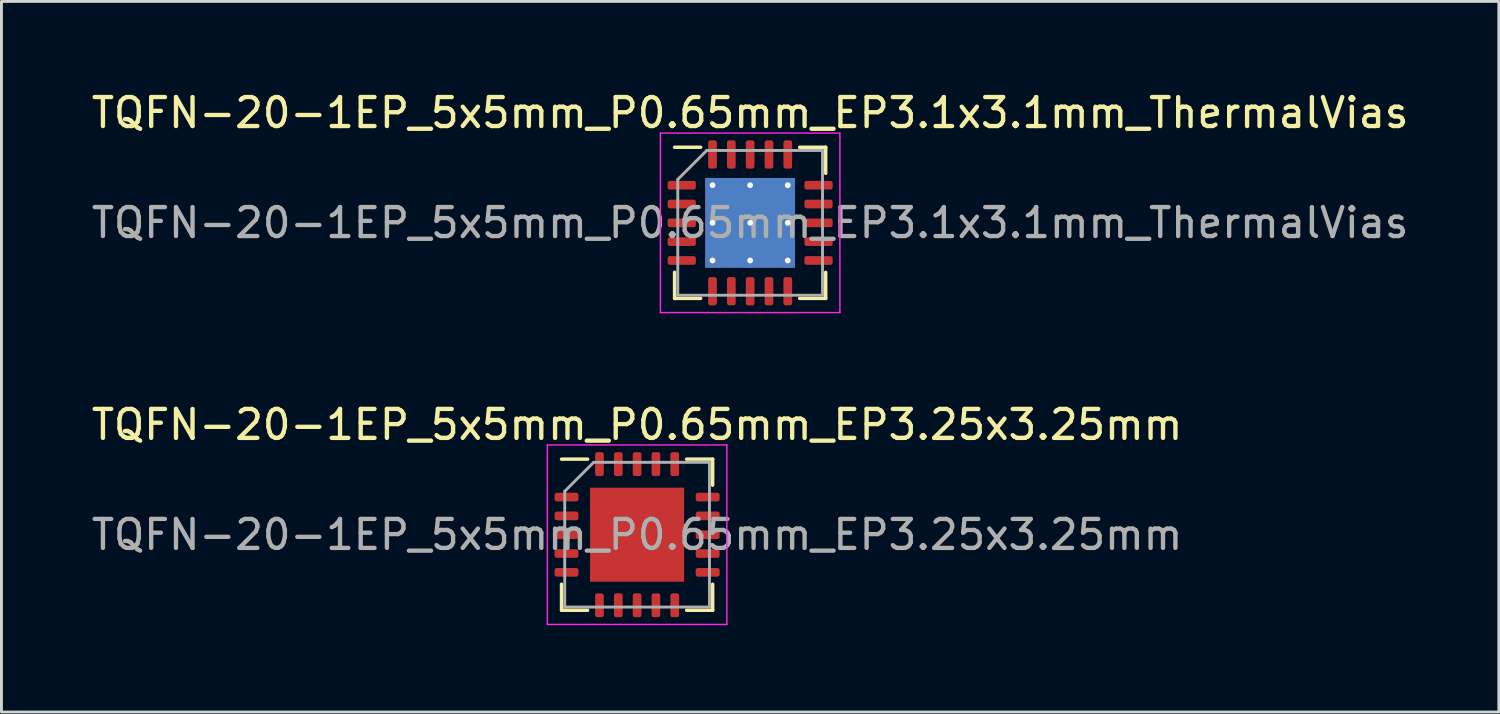
<source format=kicad_pcb>
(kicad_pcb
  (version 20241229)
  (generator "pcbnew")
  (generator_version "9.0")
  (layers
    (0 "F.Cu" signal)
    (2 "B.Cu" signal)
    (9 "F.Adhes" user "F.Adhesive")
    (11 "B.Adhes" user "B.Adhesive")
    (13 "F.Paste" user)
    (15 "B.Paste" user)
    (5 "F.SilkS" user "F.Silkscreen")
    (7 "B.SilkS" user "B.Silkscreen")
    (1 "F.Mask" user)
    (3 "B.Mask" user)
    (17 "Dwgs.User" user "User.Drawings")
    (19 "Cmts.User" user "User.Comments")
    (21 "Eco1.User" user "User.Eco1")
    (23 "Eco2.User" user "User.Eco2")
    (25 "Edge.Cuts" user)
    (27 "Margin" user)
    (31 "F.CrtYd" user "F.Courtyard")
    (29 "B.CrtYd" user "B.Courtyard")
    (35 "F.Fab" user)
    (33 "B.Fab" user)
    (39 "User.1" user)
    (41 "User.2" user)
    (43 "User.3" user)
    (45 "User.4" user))
  (footprint "TQFN-20-1EP_5x5mm_P0.65mm_EP3.25x3.25mm"
    (layer "F.Cu")
    (at 18.958 15.421)
    (property "Reference" "TQFN-20-1EP_5x5mm_P0.65mm_EP3.25x3.25mm" (at 0 -3.8 0) (layer "F.SilkS") (effects (font (size 1 1) (thickness 0.15))))
    (attr smd)
    (fp_line (start -2.61 2.61) (end -2.61 1.71) (stroke (width 0.12) (type solid)) (layer "F.SilkS"))
    (fp_line (start -1.71 -2.61) (end -2.61 -2.61) (stroke (width 0.12) (type solid)) (layer "F.SilkS"))
    (fp_line (start -1.71 2.61) (end -2.61 2.61) (stroke (width 0.12) (type solid)) (layer "F.SilkS"))
    (fp_line (start 1.71 -2.61) (end 2.61 -2.61) (stroke (width 0.12) (type solid)) (layer "F.SilkS"))
    (fp_line (start 1.71 2.61) (end 2.61 2.61) (stroke (width 0.12) (type solid)) (layer "F.SilkS"))
    (fp_line (start 2.61 -2.61) (end 2.61 -1.71) (stroke (width 0.12) (type solid)) (layer "F.SilkS"))
    (fp_line (start 2.61 2.61) (end 2.61 1.71) (stroke (width 0.12) (type solid)) (layer "F.SilkS"))
    (fp_line (start -3.1 -3.1) (end -3.1 3.1) (stroke (width 0.05) (type solid)) (layer "F.CrtYd"))
    (fp_line (start -3.1 3.1) (end 3.1 3.1) (stroke (width 0.05) (type solid)) (layer "F.CrtYd"))
    (fp_line (start 3.1 -3.1) (end -3.1 -3.1) (stroke (width 0.05) (type solid)) (layer "F.CrtYd"))
    (fp_line (start 3.1 3.1) (end 3.1 -3.1) (stroke (width 0.05) (type solid)) (layer "F.CrtYd"))
    (fp_line (start -2.5 -1.5) (end -1.5 -2.5) (stroke (width 0.1) (type solid)) (layer "F.Fab"))
    (fp_line (start -2.5 2.5) (end -2.5 -1.5) (stroke (width 0.1) (type solid)) (layer "F.Fab"))
    (fp_line (start -1.5 -2.5) (end 2.5 -2.5) (stroke (width 0.1) (type solid)) (layer "F.Fab"))
    (fp_line (start 2.5 -2.5) (end 2.5 2.5) (stroke (width 0.1) (type solid)) (layer "F.Fab"))
    (fp_line (start 2.5 2.5) (end -2.5 2.5) (stroke (width 0.1) (type solid)) (layer "F.Fab"))
    (fp_text user "${REFERENCE}" (at 0 0 0) (layer "F.Fab") (effects (font (size 1 1) (thickness 0.15))))
    (pad "" smd roundrect (at -0.81 -0.81) (size 1.31 1.31) (layers "F.Paste") (roundrect_rratio 0.191))
    (pad "" smd roundrect (at -0.81 0.81) (size 1.31 1.31) (layers "F.Paste") (roundrect_rratio 0.191))
    (pad "" smd roundrect (at 0.81 -0.81) (size 1.31 1.31) (layers "F.Paste") (roundrect_rratio 0.191))
    (pad "" smd roundrect (at 0.81 0.81) (size 1.31 1.31) (layers "F.Paste") (roundrect_rratio 0.191))
    (pad "1" smd roundrect (at -2.438 -1.3) (size 0.825 0.3) (layers "F.Cu" "F.Mask" "F.Paste") (roundrect_rratio 0.25))
    (pad "2" smd roundrect (at -2.438 -0.65) (size 0.825 0.3) (layers "F.Cu" "F.Mask" "F.Paste") (roundrect_rratio 0.25))
    (pad "3" smd roundrect (at -2.438 0) (size 0.825 0.3) (layers "F.Cu" "F.Mask" "F.Paste") (roundrect_rratio 0.25))
    (pad "4" smd roundrect (at -2.438 0.65) (size 0.825 0.3) (layers "F.Cu" "F.Mask" "F.Paste") (roundrect_rratio 0.25))
    (pad "5" smd roundrect (at -2.438 1.3) (size 0.825 0.3) (layers "F.Cu" "F.Mask" "F.Paste") (roundrect_rratio 0.25))
    (pad "6" smd roundrect (at -1.3 2.438) (size 0.3 0.825) (layers "F.Cu" "F.Mask" "F.Paste") (roundrect_rratio 0.25))
    (pad "7" smd roundrect (at -0.65 2.438) (size 0.3 0.825) (layers "F.Cu" "F.Mask" "F.Paste") (roundrect_rratio 0.25))
    (pad "8" smd roundrect (at 0 2.438) (size 0.3 0.825) (layers "F.Cu" "F.Mask" "F.Paste") (roundrect_rratio 0.25))
    (pad "9" smd roundrect (at 0.65 2.438) (size 0.3 0.825) (layers "F.Cu" "F.Mask" "F.Paste") (roundrect_rratio 0.25))
    (pad "10" smd roundrect (at 1.3 2.438) (size 0.3 0.825) (layers "F.Cu" "F.Mask" "F.Paste") (roundrect_rratio 0.25))
    (pad "11" smd roundrect (at 2.438 1.3) (size 0.825 0.3) (layers "F.Cu" "F.Mask" "F.Paste") (roundrect_rratio 0.25))
    (pad "12" smd roundrect (at 2.438 0.65) (size 0.825 0.3) (layers "F.Cu" "F.Mask" "F.Paste") (roundrect_rratio 0.25))
    (pad "13" smd roundrect (at 2.438 0) (size 0.825 0.3) (layers "F.Cu" "F.Mask" "F.Paste") (roundrect_rratio 0.25))
    (pad "14" smd roundrect (at 2.438 -0.65) (size 0.825 0.3) (layers "F.Cu" "F.Mask" "F.Paste") (roundrect_rratio 0.25))
    (pad "15" smd roundrect (at 2.438 -1.3) (size 0.825 0.3) (layers "F.Cu" "F.Mask" "F.Paste") (roundrect_rratio 0.25))
    (pad "16" smd roundrect (at 1.3 -2.438) (size 0.3 0.825) (layers "F.Cu" "F.Mask" "F.Paste") (roundrect_rratio 0.25))
    (pad "17" smd roundrect (at 0.65 -2.438) (size 0.3 0.825) (layers "F.Cu" "F.Mask" "F.Paste") (roundrect_rratio 0.25))
    (pad "18" smd roundrect (at 0 -2.438) (size 0.3 0.825) (layers "F.Cu" "F.Mask" "F.Paste") (roundrect_rratio 0.25))
    (pad "19" smd roundrect (at -0.65 -2.438) (size 0.3 0.825) (layers "F.Cu" "F.Mask" "F.Paste") (roundrect_rratio 0.25))
    (pad "20" smd roundrect (at -1.3 -2.438) (size 0.3 0.825) (layers "F.Cu" "F.Mask" "F.Paste") (roundrect_rratio 0.25))
    (pad "21" smd rect (at 0 0) (size 3.25 3.25) (layers "F.Cu" "F.Mask")))
  (footprint "TQFN-20-1EP_5x5mm_P0.65mm_EP3.1x3.1mm_ThermalVias"
    (layer "F.Cu")
    (at 22.863 4.648)
    (property "Reference" "TQFN-20-1EP_5x5mm_P0.65mm_EP3.1x3.1mm_ThermalVias" (at 0 -3.8 0) (layer "F.SilkS") (effects (font (size 1 1) (thickness 0.15))))
    (attr smd)
    (fp_line (start -2.61 2.61) (end -2.61 1.71) (stroke (width 0.12) (type solid)) (layer "F.SilkS"))
    (fp_line (start -1.71 -2.61) (end -2.61 -2.61) (stroke (width 0.12) (type solid)) (layer "F.SilkS"))
    (fp_line (start -1.71 2.61) (end -2.61 2.61) (stroke (width 0.12) (type solid)) (layer "F.SilkS"))
    (fp_line (start 1.71 -2.61) (end 2.61 -2.61) (stroke (width 0.12) (type solid)) (layer "F.SilkS"))
    (fp_line (start 1.71 2.61) (end 2.61 2.61) (stroke (width 0.12) (type solid)) (layer "F.SilkS"))
    (fp_line (start 2.61 -2.61) (end 2.61 -1.71) (stroke (width 0.12) (type solid)) (layer "F.SilkS"))
    (fp_line (start 2.61 2.61) (end 2.61 1.71) (stroke (width 0.12) (type solid)) (layer "F.SilkS"))
    (fp_line (start -3.1 -3.1) (end -3.1 3.1) (stroke (width 0.05) (type solid)) (layer "F.CrtYd"))
    (fp_line (start -3.1 3.1) (end 3.1 3.1) (stroke (width 0.05) (type solid)) (layer "F.CrtYd"))
    (fp_line (start 3.1 -3.1) (end -3.1 -3.1) (stroke (width 0.05) (type solid)) (layer "F.CrtYd"))
    (fp_line (start 3.1 3.1) (end 3.1 -3.1) (stroke (width 0.05) (type solid)) (layer "F.CrtYd"))
    (fp_line (start -2.5 -1.5) (end -1.5 -2.5) (stroke (width 0.1) (type solid)) (layer "F.Fab"))
    (fp_line (start -2.5 2.5) (end -2.5 -1.5) (stroke (width 0.1) (type solid)) (layer "F.Fab"))
    (fp_line (start -1.5 -2.5) (end 2.5 -2.5) (stroke (width 0.1) (type solid)) (layer "F.Fab"))
    (fp_line (start 2.5 -2.5) (end 2.5 2.5) (stroke (width 0.1) (type solid)) (layer "F.Fab"))
    (fp_line (start 2.5 2.5) (end -2.5 2.5) (stroke (width 0.1) (type solid)) (layer "F.Fab"))
    (fp_text user "${REFERENCE}" (at 0 0 0) (layer "F.Fab") (effects (font (size 1 1) (thickness 0.15))))
    (pad "" smd roundrect (at -0.775 -0.775) (size 1.34 1.34) (layers "F.Paste") (roundrect_rratio 0.187))
    (pad "" smd roundrect (at -0.775 0.775) (size 1.34 1.34) (layers "F.Paste") (roundrect_rratio 0.187))
    (pad "" smd roundrect (at 0.775 -0.775) (size 1.34 1.34) (layers "F.Paste") (roundrect_rratio 0.187))
    (pad "" smd roundrect (at 0.775 0.775) (size 1.34 1.34) (layers "F.Paste") (roundrect_rratio 0.187))
    (pad "1" smd roundrect (at -2.362 -1.3) (size 0.975 0.3) (layers "F.Cu" "F.Mask" "F.Paste") (roundrect_rratio 0.25))
    (pad "2" smd roundrect (at -2.362 -0.65) (size 0.975 0.3) (layers "F.Cu" "F.Mask" "F.Paste") (roundrect_rratio 0.25))
    (pad "3" smd roundrect (at -2.362 0) (size 0.975 0.3) (layers "F.Cu" "F.Mask" "F.Paste") (roundrect_rratio 0.25))
    (pad "4" smd roundrect (at -2.362 0.65) (size 0.975 0.3) (layers "F.Cu" "F.Mask" "F.Paste") (roundrect_rratio 0.25))
    (pad "5" smd roundrect (at -2.362 1.3) (size 0.975 0.3) (layers "F.Cu" "F.Mask" "F.Paste") (roundrect_rratio 0.25))
    (pad "6" smd roundrect (at -1.3 2.362) (size 0.3 0.975) (layers "F.Cu" "F.Mask" "F.Paste") (roundrect_rratio 0.25))
    (pad "7" smd roundrect (at -0.65 2.362) (size 0.3 0.975) (layers "F.Cu" "F.Mask" "F.Paste") (roundrect_rratio 0.25))
    (pad "8" smd roundrect (at 0 2.362) (size 0.3 0.975) (layers "F.Cu" "F.Mask" "F.Paste") (roundrect_rratio 0.25))
    (pad "9" smd roundrect (at 0.65 2.362) (size 0.3 0.975) (layers "F.Cu" "F.Mask" "F.Paste") (roundrect_rratio 0.25))
    (pad "10" smd roundrect (at 1.3 2.362) (size 0.3 0.975) (layers "F.Cu" "F.Mask" "F.Paste") (roundrect_rratio 0.25))
    (pad "11" smd roundrect (at 2.362 1.3) (size 0.975 0.3) (layers "F.Cu" "F.Mask" "F.Paste") (roundrect_rratio 0.25))
    (pad "12" smd roundrect (at 2.362 0.65) (size 0.975 0.3) (layers "F.Cu" "F.Mask" "F.Paste") (roundrect_rratio 0.25))
    (pad "13" smd roundrect (at 2.362 0) (size 0.975 0.3) (layers "F.Cu" "F.Mask" "F.Paste") (roundrect_rratio 0.25))
    (pad "14" smd roundrect (at 2.362 -0.65) (size 0.975 0.3) (layers "F.Cu" "F.Mask" "F.Paste") (roundrect_rratio 0.25))
    (pad "15" smd roundrect (at 2.362 -1.3) (size 0.975 0.3) (layers "F.Cu" "F.Mask" "F.Paste") (roundrect_rratio 0.25))
    (pad "16" smd roundrect (at 1.3 -2.362) (size 0.3 0.975) (layers "F.Cu" "F.Mask" "F.Paste") (roundrect_rratio 0.25))
    (pad "17" smd roundrect (at 0.65 -2.362) (size 0.3 0.975) (layers "F.Cu" "F.Mask" "F.Paste") (roundrect_rratio 0.25))
    (pad "18" smd roundrect (at 0 -2.362) (size 0.3 0.975) (layers "F.Cu" "F.Mask" "F.Paste") (roundrect_rratio 0.25))
    (pad "19" smd roundrect (at -0.65 -2.362) (size 0.3 0.975) (layers "F.Cu" "F.Mask" "F.Paste") (roundrect_rratio 0.25))
    (pad "20" smd roundrect (at -1.3 -2.362) (size 0.3 0.975) (layers "F.Cu" "F.Mask" "F.Paste") (roundrect_rratio 0.25))
    (pad "21" thru_hole circle (at -1.3 -1.3) (size 0.5 0.5) (drill 0.2) (layers "*.Cu"))
    (pad "21" thru_hole circle (at -1.3 0) (size 0.5 0.5) (drill 0.2) (layers "*.Cu"))
    (pad "21" thru_hole circle (at -1.3 1.3) (size 0.5 0.5) (drill 0.2) (layers "*.Cu"))
    (pad "21" thru_hole circle (at 0 -1.3) (size 0.5 0.5) (drill 0.2) (layers "*.Cu"))
    (pad "21" thru_hole circle (at 0 0) (size 0.5 0.5) (drill 0.2) (layers "*.Cu"))
    (pad "21" smd rect (at 0 0) (size 3.1 3.1) (layers "F.Cu" "F.Mask"))
    (pad "21" smd rect (at 0 0) (size 3.1 3.1) (layers "B.Cu"))
    (pad "21" thru_hole circle (at 0 1.3) (size 0.5 0.5) (drill 0.2) (layers "*.Cu"))
    (pad "21" thru_hole circle (at 1.3 -1.3) (size 0.5 0.5) (drill 0.2) (layers "*.Cu"))
    (pad "21" thru_hole circle (at 1.3 0) (size 0.5 0.5) (drill 0.2) (layers "*.Cu"))
    (pad "21" thru_hole circle (at 1.3 1.3) (size 0.5 0.5) (drill 0.2) (layers "*.Cu")))
  (gr_rect
    (start -3 -3)
    (end 48.726 21.547)
    (stroke (width 0.1) (type default))
    (fill no)
    (layer "Edge.Cuts")))
</source>
